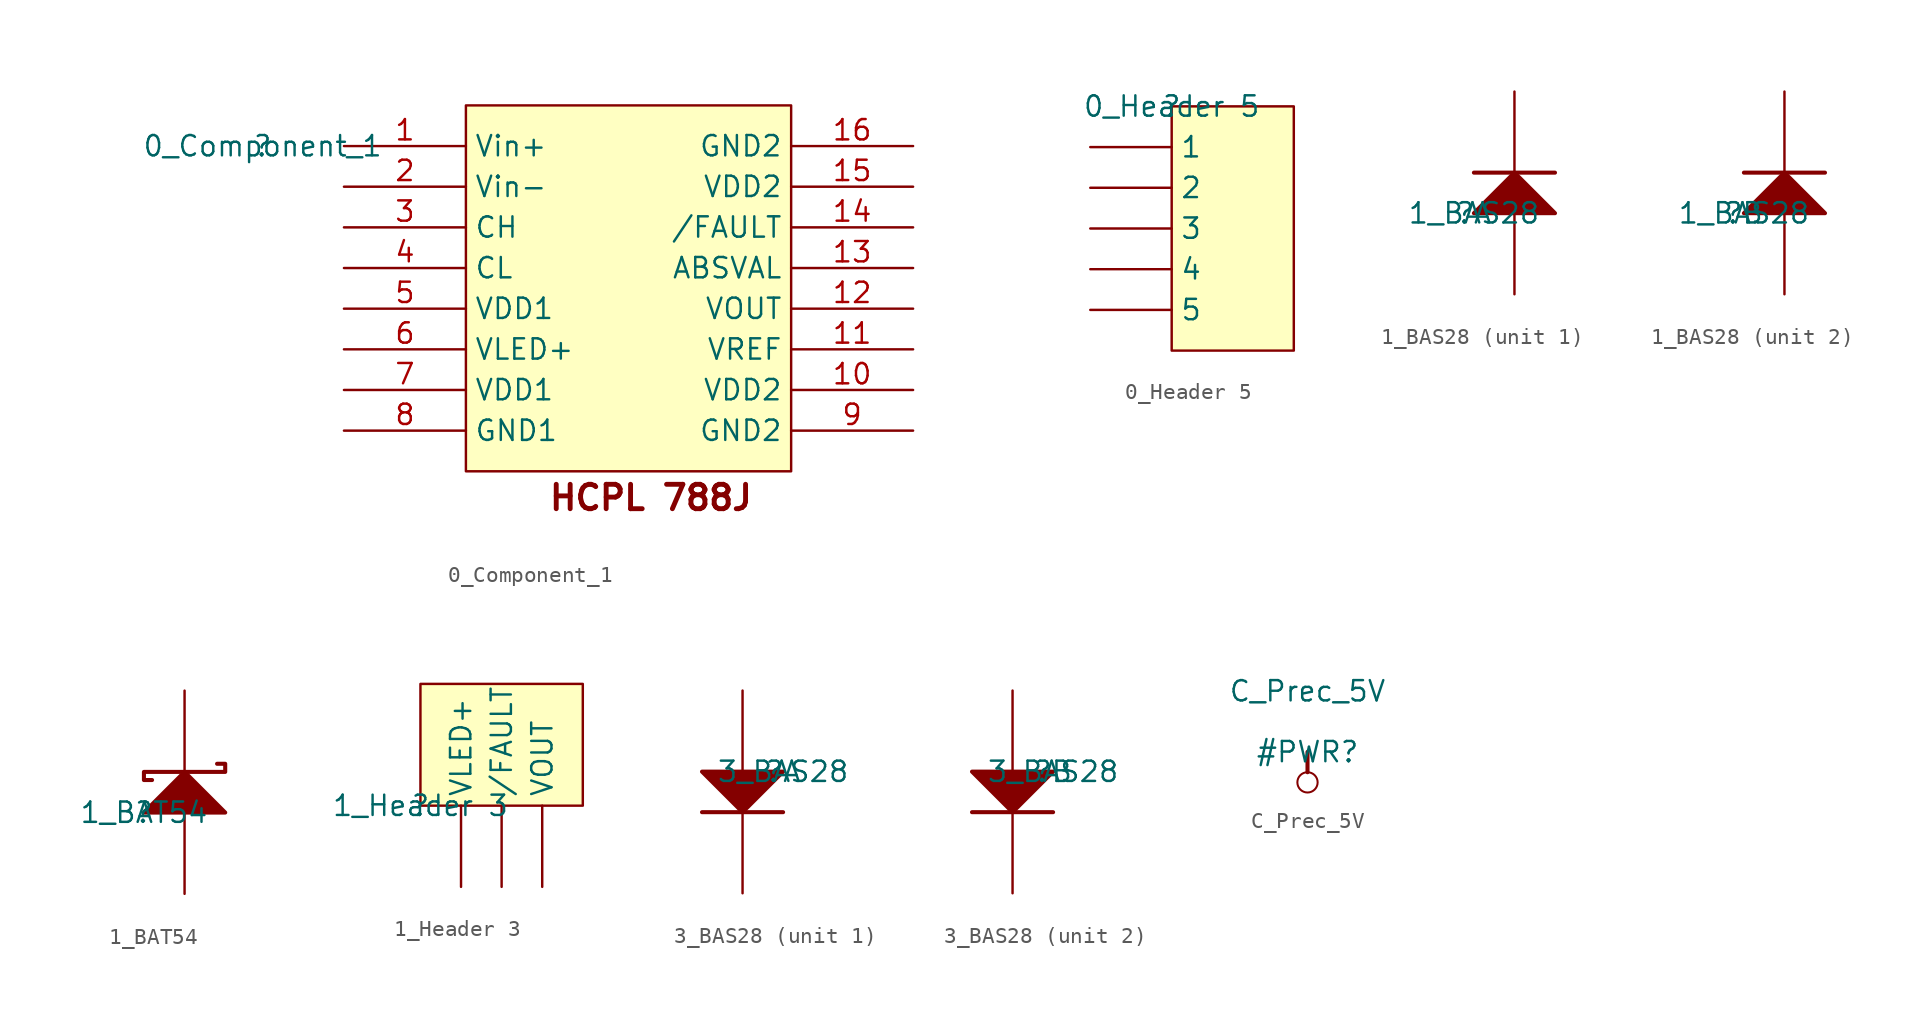
<source format=kicad_sym>
(kicad_symbol_lib
  (version 20211014)
  (generator kicad_symbol_editor)
  (symbol "0_Component_1"
    (property "Reference" ""
      (at 0 0 0)
      (effects (font (size 1.27 1.27))))
    (property "Value" "0_Component_1"
      (at 0 0 0)
      (effects (font (size 1.27 1.27))))
    (symbol "0_Component_1_1_0"
      (rectangle (start 33.02 2.54) (end 12.7 -20.32) (stroke (width 0) (type default) (color 0 0 0 0)) (fill (type background)))
      (text "HCPL 788J" (at 17.78 -22.86 0) (effects (font (size 1.524 1.524) bold) (justify left bottom)))
      (pin passive line (at 5.08 0 0) (length 7.62) (name "Vin+" (effects (font (size 1.27 1.27)))) (number "1" (effects (font (size 1.27 1.27)))))
      (pin passive line (at 40.64 -15.24 180) (length 7.62) (name "VDD2" (effects (font (size 1.27 1.27)))) (number "10" (effects (font (size 1.27 1.27)))))
      (pin passive line (at 40.64 -12.7 180) (length 7.62) (name "VREF" (effects (font (size 1.27 1.27)))) (number "11" (effects (font (size 1.27 1.27)))))
      (pin passive line (at 40.64 -10.16 180) (length 7.62) (name "VOUT" (effects (font (size 1.27 1.27)))) (number "12" (effects (font (size 1.27 1.27)))))
      (pin passive line (at 40.64 -7.62 180) (length 7.62) (name "ABSVAL" (effects (font (size 1.27 1.27)))) (number "13" (effects (font (size 1.27 1.27)))))
      (pin passive line (at 40.64 -5.08 180) (length 7.62) (name "/FAULT" (effects (font (size 1.27 1.27)))) (number "14" (effects (font (size 1.27 1.27)))))
      (pin passive line (at 40.64 -2.54 180) (length 7.62) (name "VDD2" (effects (font (size 1.27 1.27)))) (number "15" (effects (font (size 1.27 1.27)))))
      (pin passive line (at 40.64 0 180) (length 7.62) (name "GND2" (effects (font (size 1.27 1.27)))) (number "16" (effects (font (size 1.27 1.27)))))
      (pin passive line (at 5.08 -2.54 0) (length 7.62) (name "Vin-" (effects (font (size 1.27 1.27)))) (number "2" (effects (font (size 1.27 1.27)))))
      (pin passive line (at 5.08 -5.08 0) (length 7.62) (name "CH" (effects (font (size 1.27 1.27)))) (number "3" (effects (font (size 1.27 1.27)))))
      (pin passive line (at 5.08 -7.62 0) (length 7.62) (name "CL" (effects (font (size 1.27 1.27)))) (number "4" (effects (font (size 1.27 1.27)))))
      (pin passive line (at 5.08 -10.16 0) (length 7.62) (name "VDD1" (effects (font (size 1.27 1.27)))) (number "5" (effects (font (size 1.27 1.27)))))
      (pin passive line (at 5.08 -12.7 0) (length 7.62) (name "VLED+" (effects (font (size 1.27 1.27)))) (number "6" (effects (font (size 1.27 1.27)))))
      (pin passive line (at 5.08 -15.24 0) (length 7.62) (name "VDD1" (effects (font (size 1.27 1.27)))) (number "7" (effects (font (size 1.27 1.27)))))
      (pin passive line (at 5.08 -17.78 0) (length 7.62) (name "GND1" (effects (font (size 1.27 1.27)))) (number "8" (effects (font (size 1.27 1.27)))))
      (pin passive line (at 40.64 -17.78 180) (length 7.62) (name "GND2" (effects (font (size 1.27 1.27)))) (number "9" (effects (font (size 1.27 1.27)))))))
  (symbol "0_Header 5"
    (property "Reference" ""
      (at 0 0 0)
      (effects (font (size 1.27 1.27))))
    (property "Value" "0_Header 5"
      (at 0 0 0)
      (effects (font (size 1.27 1.27))))
    (symbol "0_Header 5_1_0"
      (rectangle (start 7.62 0) (end 0 -15.24) (stroke (width 0) (type default) (color 0 0 0 0)) (fill (type background)))
      (pin passive line (at -5.08 -2.54 0) (length 5.08) (name "1" (effects (font (size 1.27 1.27)))) (number "1" (effects (font (size 0 0)))))
      (pin passive line (at -5.08 -5.08 0) (length 5.08) (name "2" (effects (font (size 1.27 1.27)))) (number "2" (effects (font (size 0 0)))))
      (pin passive line (at -5.08 -7.62 0) (length 5.08) (name "3" (effects (font (size 1.27 1.27)))) (number "3" (effects (font (size 0 0)))))
      (pin passive line (at -5.08 -10.16 0) (length 5.08) (name "4" (effects (font (size 1.27 1.27)))) (number "4" (effects (font (size 0 0)))))
      (pin passive line (at -5.08 -12.7 0) (length 5.08) (name "5" (effects (font (size 1.27 1.27)))) (number "5" (effects (font (size 0 0)))))))
  (symbol "1_BAS28"
    (property "Reference" ""
      (at 0 0 0)
      (effects (font (size 1.27 1.27))))
    (property "Value" "1_BAS28"
      (at 0 0 0)
      (effects (font (size 1.27 1.27))))
    (symbol "1_BAS28_1_0"
      (polyline (pts (xy 0 2.54) (xy 5.08 2.54)) (stroke (width 0.254) (type default) (color 0 0 0 0)) (fill (type none)))
      (polyline (pts (xy 5.08 0) (xy 2.54 2.54) (xy 0 0) (xy 5.08 0)) (stroke (width 0.254) (type default) (color 0 0 0 0)) (fill (type outline)))
      (pin passive line (at 2.54 7.62 270) (length 5.08) (name "K" (effects (font (size 0 0)))) (number "1" (effects (font (size 0 0)))))
      (pin passive line (at 2.54 -5.08 90) (length 5.08) (name "A" (effects (font (size 0 0)))) (number "4" (effects (font (size 0 0))))))
    (symbol "1_BAS28_2_0"
      (polyline (pts (xy 0 2.54) (xy 5.08 2.54)) (stroke (width 0.254) (type default) (color 0 0 0 0)) (fill (type none)))
      (polyline (pts (xy 5.08 0) (xy 2.54 2.54) (xy 0 0) (xy 5.08 0)) (stroke (width 0.254) (type default) (color 0 0 0 0)) (fill (type outline)))
      (pin passive line (at 2.54 7.62 270) (length 5.08) (name "K" (effects (font (size 0 0)))) (number "2" (effects (font (size 0 0)))))
      (pin passive line (at 2.54 -5.08 90) (length 5.08) (name "A" (effects (font (size 0 0)))) (number "3" (effects (font (size 0 0)))))))
  (symbol "1_BAT54"
    (property "Reference" ""
      (at 0 0 0)
      (effects (font (size 1.27 1.27))))
    (property "Value" "1_BAT54"
      (at 0 0 0)
      (effects (font (size 1.27 1.27))))
    (symbol "1_BAT54_1_0"
      (polyline (pts (xy 5.08 0) (xy 2.54 2.54) (xy 0 0) (xy 5.08 0)) (stroke (width 0.254) (type default) (color 0 0 0 0)) (fill (type outline)))
      (polyline (pts (xy 4.572 3.048) (xy 5.08 3.048) (xy 5.08 2.54) (xy 0 2.54) (xy 0 2.032) (xy 0.508 2.032)) (stroke (width 0.254) (type default) (color 0 0 0 0)) (fill (type none)))
      (pin passive line (at 2.54 -5.08 90) (length 5.08) (name "A" (effects (font (size 0 0)))) (number "1" (effects (font (size 0 0)))))
      (pin passive line (at 2.54 7.62 270) (length 5.08) (name "K" (effects (font (size 0 0)))) (number "2" (effects (font (size 0 0)))))))
  (symbol "1_Header 3"
    (property "Reference" ""
      (at 0 0 0)
      (effects (font (size 1.27 1.27))))
    (property "Value" "1_Header 3"
      (at 0 0 0)
      (effects (font (size 1.27 1.27))))
    (symbol "1_Header 3_1_0"
      (rectangle (start 10.16 7.62) (end 0 0) (stroke (width 0) (type default) (color 0 0 0 0)) (fill (type background)))
      (pin passive line (at 2.54 -5.08 90) (length 5.08) (name "VLED+" (effects (font (size 1.27 1.27)))) (number "1" (effects (font (size 0 0)))))
      (pin passive line (at 5.08 -5.08 90) (length 5.08) (name "/FAULT" (effects (font (size 1.27 1.27)))) (number "2" (effects (font (size 0 0)))))
      (pin passive line (at 7.62 -5.08 90) (length 5.08) (name "VOUT" (effects (font (size 1.27 1.27)))) (number "3" (effects (font (size 0 0)))))))
  (symbol "3_BAS28"
    (property "Reference" ""
      (at 0 0 0)
      (effects (font (size 1.27 1.27))))
    (property "Value" "3_BAS28"
      (at 0 0 0)
      (effects (font (size 1.27 1.27))))
    (symbol "3_BAS28_1_0"
      (polyline (pts (xy 0 -2.54) (xy -5.08 -2.54)) (stroke (width 0.254) (type default) (color 0 0 0 0)) (fill (type none)))
      (polyline (pts (xy -5.08 0) (xy -2.54 -2.54) (xy 0 0) (xy -5.08 0)) (stroke (width 0.254) (type default) (color 0 0 0 0)) (fill (type outline)))
      (pin passive line (at -2.54 -7.62 90) (length 5.08) (name "K" (effects (font (size 0 0)))) (number "1" (effects (font (size 0 0)))))
      (pin passive line (at -2.54 5.08 270) (length 5.08) (name "A" (effects (font (size 0 0)))) (number "4" (effects (font (size 0 0))))))
    (symbol "3_BAS28_2_0"
      (polyline (pts (xy 0 -2.54) (xy -5.08 -2.54)) (stroke (width 0.254) (type default) (color 0 0 0 0)) (fill (type none)))
      (polyline (pts (xy -5.08 0) (xy -2.54 -2.54) (xy 0 0) (xy -5.08 0)) (stroke (width 0.254) (type default) (color 0 0 0 0)) (fill (type outline)))
      (pin passive line (at -2.54 -7.62 90) (length 5.08) (name "K" (effects (font (size 0 0)))) (number "2" (effects (font (size 0 0)))))
      (pin passive line (at -2.54 5.08 270) (length 5.08) (name "A" (effects (font (size 0 0)))) (number "3" (effects (font (size 0 0)))))))
  (symbol "C_Prec_5V"
    (power)
    (property "Reference" "#PWR"
      (at 0 0 0)
      (effects (font (size 1.27 1.27))))
    (property "Value" "C_Prec_5V"
      (at 0 3.81 0)
      (effects (font (size 1.27 1.27))))
    (symbol "C_Prec_5V_0_0"
      (circle (center 0 -1.905) (radius 0.635) (stroke (width 0.127) (type default) (color 0 0 0 0)) (fill (type none)))
      (polyline (pts (xy 0 0) (xy 0 -1.27)) (stroke (width 0.254) (type default) (color 0 0 0 0)) (fill (type none)))
      (pin power_in line (at 0 0 0) (length 0) hide (name "C_Prec_5V" (effects (font (size 1.27 1.27)))) (number "" (effects (font (size 1.27 1.27))))))))
</source>
